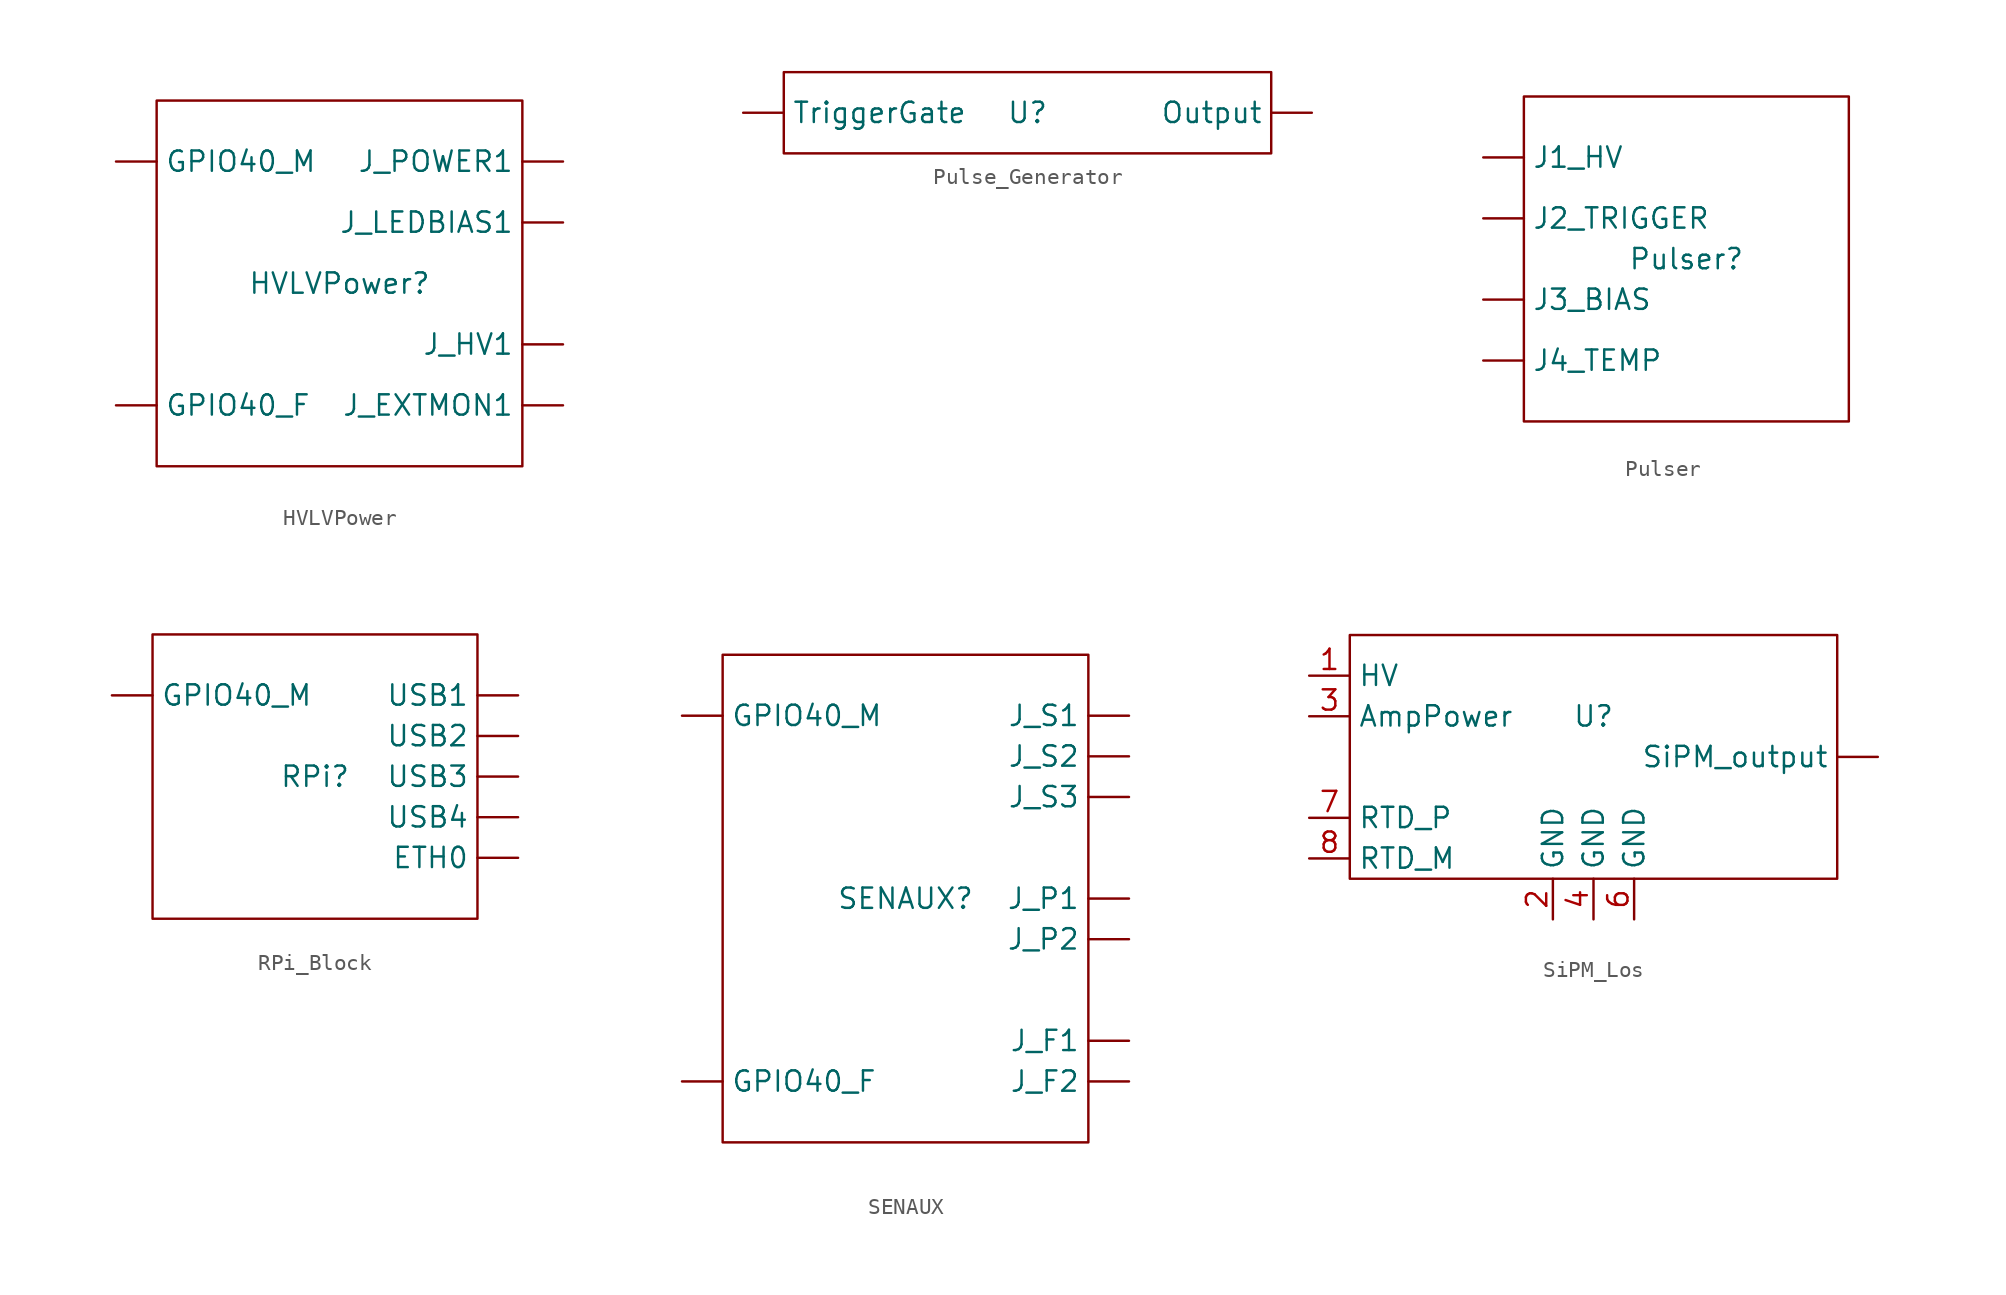
<source format=kicad_sym>
(kicad_symbol_lib
  (version 20231120)
  (generator "kicad_symbol_editor")
  (generator_version "8.0")
  (symbol "HVLVPower"
    (property "Reference" "HVLVPower"
      (at 0 0 0)
      (effects (font (size 1.27 1.27))))
    (property "Value" ""
      (at 0 0 0)
      (effects (font (size 1.27 1.27))))
    (symbol "HVLVPower_0_1"
      (rectangle (start -11.43 11.43) (end 11.43 -11.43) (stroke (width 0) (type default)) (fill (type none))))
    (symbol "HVLVPower_1_1"
      (pin bidirectional line (at -13.97 -7.62 0) (length 2.54) (name "GPIO40_F" (effects (font (size 1.27 1.27)))) (number "" (effects (font (size 1.27 1.27)))))
      (pin bidirectional line (at -13.97 7.62 0) (length 2.54) (name "GPIO40_M" (effects (font (size 1.27 1.27)))) (number "" (effects (font (size 1.27 1.27)))))
      (pin input line (at 13.97 -7.62 180) (length 2.54) (name "J_EXTMON1" (effects (font (size 1.27 1.27)))) (number "" (effects (font (size 1.27 1.27)))))
      (pin output line (at 13.97 -3.81 180) (length 2.54) (name "J_HV1" (effects (font (size 1.27 1.27)))) (number "" (effects (font (size 1.27 1.27)))))
      (pin output line (at 13.97 3.81 180) (length 2.54) (name "J_LEDBIAS1" (effects (font (size 1.27 1.27)))) (number "" (effects (font (size 1.27 1.27)))))
      (pin output line (at 13.97 7.62 180) (length 2.54) (name "J_POWER1" (effects (font (size 1.27 1.27)))) (number "" (effects (font (size 1.27 1.27)))))))
  (symbol "Pulse_Generator"
    (property "Reference" "U"
      (at 0 0 0)
      (effects (font (size 1.27 1.27))))
    (property "Value" ""
      (at 0 0 0)
      (effects (font (size 1.27 1.27))))
    (symbol "Pulse_Generator_0_1"
      (rectangle (start -15.24 2.54) (end 15.24 -2.54) (stroke (width 0) (type default)) (fill (type none))))
    (symbol "Pulse_Generator_1_1"
      (pin output line (at 17.78 0 180) (length 2.54) (name "Output" (effects (font (size 1.27 1.27)))) (number "" (effects (font (size 1.27 1.27)))))
      (pin input line (at -17.78 0 0) (length 2.54) (name "TriggerGate" (effects (font (size 1.27 1.27)))) (number "" (effects (font (size 1.27 1.27)))))))
  (symbol "Pulser"
    (property "Reference" "Pulser"
      (at 0 0 0)
      (effects (font (size 1.27 1.27))))
    (property "Value" ""
      (at 0 0 0)
      (effects (font (size 1.27 1.27))))
    (symbol "Pulser_0_1"
      (rectangle (start -10.16 10.16) (end 10.16 -10.16) (stroke (width 0) (type default)) (fill (type none))))
    (symbol "Pulser_1_1"
      (pin input line (at -12.7 6.35 0) (length 2.54) (name "J1_HV" (effects (font (size 1.27 1.27)))) (number "" (effects (font (size 1.27 1.27)))))
      (pin input line (at -12.7 2.54 0) (length 2.54) (name "J2_TRIGGER" (effects (font (size 1.27 1.27)))) (number "" (effects (font (size 1.27 1.27)))))
      (pin input line (at -12.7 -2.54 0) (length 2.54) (name "J3_BIAS" (effects (font (size 1.27 1.27)))) (number "" (effects (font (size 1.27 1.27)))))
      (pin input line (at -12.7 -6.35 0) (length 2.54) (name "J4_TEMP" (effects (font (size 1.27 1.27)))) (number "" (effects (font (size 1.27 1.27)))))))
  (symbol "RPi_Block"
    (property "Reference" "RPi"
      (at 0 0 0)
      (effects (font (size 1.27 1.27))))
    (property "Value" ""
      (at 0 0 0)
      (effects (font (size 1.27 1.27))))
    (symbol "RPi_Block_0_1"
      (rectangle (start -10.16 8.89) (end 10.16 -8.89) (stroke (width 0) (type default)) (fill (type none))))
    (symbol "RPi_Block_1_1"
      (pin bidirectional line (at 12.7 -5.08 180) (length 2.54) (name "ETH0" (effects (font (size 1.27 1.27)))) (number "" (effects (font (size 1.27 1.27)))))
      (pin bidirectional line (at -12.7 5.08 0) (length 2.54) (name "GPIO40_M" (effects (font (size 1.27 1.27)))) (number "" (effects (font (size 1.27 1.27)))))
      (pin bidirectional line (at 12.7 5.08 180) (length 2.54) (name "USB1" (effects (font (size 1.27 1.27)))) (number "" (effects (font (size 1.27 1.27)))))
      (pin bidirectional line (at 12.7 2.54 180) (length 2.54) (name "USB2" (effects (font (size 1.27 1.27)))) (number "" (effects (font (size 1.27 1.27)))))
      (pin bidirectional line (at 12.7 0 180) (length 2.54) (name "USB3" (effects (font (size 1.27 1.27)))) (number "" (effects (font (size 1.27 1.27)))))
      (pin bidirectional line (at 12.7 -2.54 180) (length 2.54) (name "USB4" (effects (font (size 1.27 1.27)))) (number "" (effects (font (size 1.27 1.27)))))))
  (symbol "SENAUX"
    (property "Reference" "SENAUX"
      (at 0 0 0)
      (effects (font (size 1.27 1.27))))
    (property "Value" ""
      (at 0 0 0)
      (effects (font (size 1.27 1.27))))
    (symbol "SENAUX_0_1"
      (rectangle (start -11.43 15.24) (end 11.43 -15.24) (stroke (width 0) (type default)) (fill (type none))))
    (symbol "SENAUX_1_1"
      (pin input line (at -13.97 -11.43 0) (length 2.54) (name "GPIO40_F" (effects (font (size 1.27 1.27)))) (number "" (effects (font (size 1.27 1.27)))))
      (pin input line (at -13.97 11.43 0) (length 2.54) (name "GPIO40_M" (effects (font (size 1.27 1.27)))) (number "" (effects (font (size 1.27 1.27)))))
      (pin input line (at 13.97 -8.89 180) (length 2.54) (name "J_F1" (effects (font (size 1.27 1.27)))) (number "" (effects (font (size 1.27 1.27)))))
      (pin input line (at 13.97 -11.43 180) (length 2.54) (name "J_F2" (effects (font (size 1.27 1.27)))) (number "" (effects (font (size 1.27 1.27)))))
      (pin input line (at 13.97 0 180) (length 2.54) (name "J_P1" (effects (font (size 1.27 1.27)))) (number "" (effects (font (size 1.27 1.27)))))
      (pin input line (at 13.97 -2.54 180) (length 2.54) (name "J_P2" (effects (font (size 1.27 1.27)))) (number "" (effects (font (size 1.27 1.27)))))
      (pin input line (at 13.97 11.43 180) (length 2.54) (name "J_S1" (effects (font (size 1.27 1.27)))) (number "" (effects (font (size 1.27 1.27)))))
      (pin input line (at 13.97 8.89 180) (length 2.54) (name "J_S2" (effects (font (size 1.27 1.27)))) (number "" (effects (font (size 1.27 1.27)))))
      (pin input line (at 13.97 6.35 180) (length 2.54) (name "J_S3" (effects (font (size 1.27 1.27)))) (number "" (effects (font (size 1.27 1.27)))))))
  (symbol "SiPM_Los"
    (property "Reference" "U"
      (at 0 2.54 0)
      (effects (font (size 1.27 1.27))))
    (property "Value" ""
      (at 0 0 0)
      (effects (font (size 1.27 1.27))))
    (symbol "SiPM_Los_0_1"
      (rectangle (start -15.24 7.62) (end 15.24 -7.62) (stroke (width 0) (type default)) (fill (type none))))
    (symbol "SiPM_Los_1_1"
      (pin output line (at 17.78 0 180) (length 2.54) (name "SiPM_output" (effects (font (size 1.27 1.27)))) (number "" (effects (font (size 1.27 1.27)))))
      (pin input line (at -17.78 5.08 0) (length 2.54) (name "HV" (effects (font (size 1.27 1.27)))) (number "1" (effects (font (size 1.27 1.27)))))
      (pin passive line (at -2.54 -10.16 90) (length 2.54) (name "GND" (effects (font (size 1.27 1.27)))) (number "2" (effects (font (size 1.27 1.27)))))
      (pin input line (at -17.78 2.54 0) (length 2.54) (name "AmpPower" (effects (font (size 1.27 1.27)))) (number "3" (effects (font (size 1.27 1.27)))))
      (pin passive line (at 0 -10.16 90) (length 2.54) (name "GND" (effects (font (size 1.27 1.27)))) (number "4" (effects (font (size 1.27 1.27)))))
      (pin passive line (at 2.54 -10.16 90) (length 2.54) (name "GND" (effects (font (size 1.27 1.27)))) (number "6" (effects (font (size 1.27 1.27)))))
      (pin output line (at -17.78 -3.81 0) (length 2.54) (name "RTD_P" (effects (font (size 1.27 1.27)))) (number "7" (effects (font (size 1.27 1.27)))))
      (pin output line (at -17.78 -6.35 0) (length 2.54) (name "RTD_M" (effects (font (size 1.27 1.27)))) (number "8" (effects (font (size 1.27 1.27))))))))
</source>
